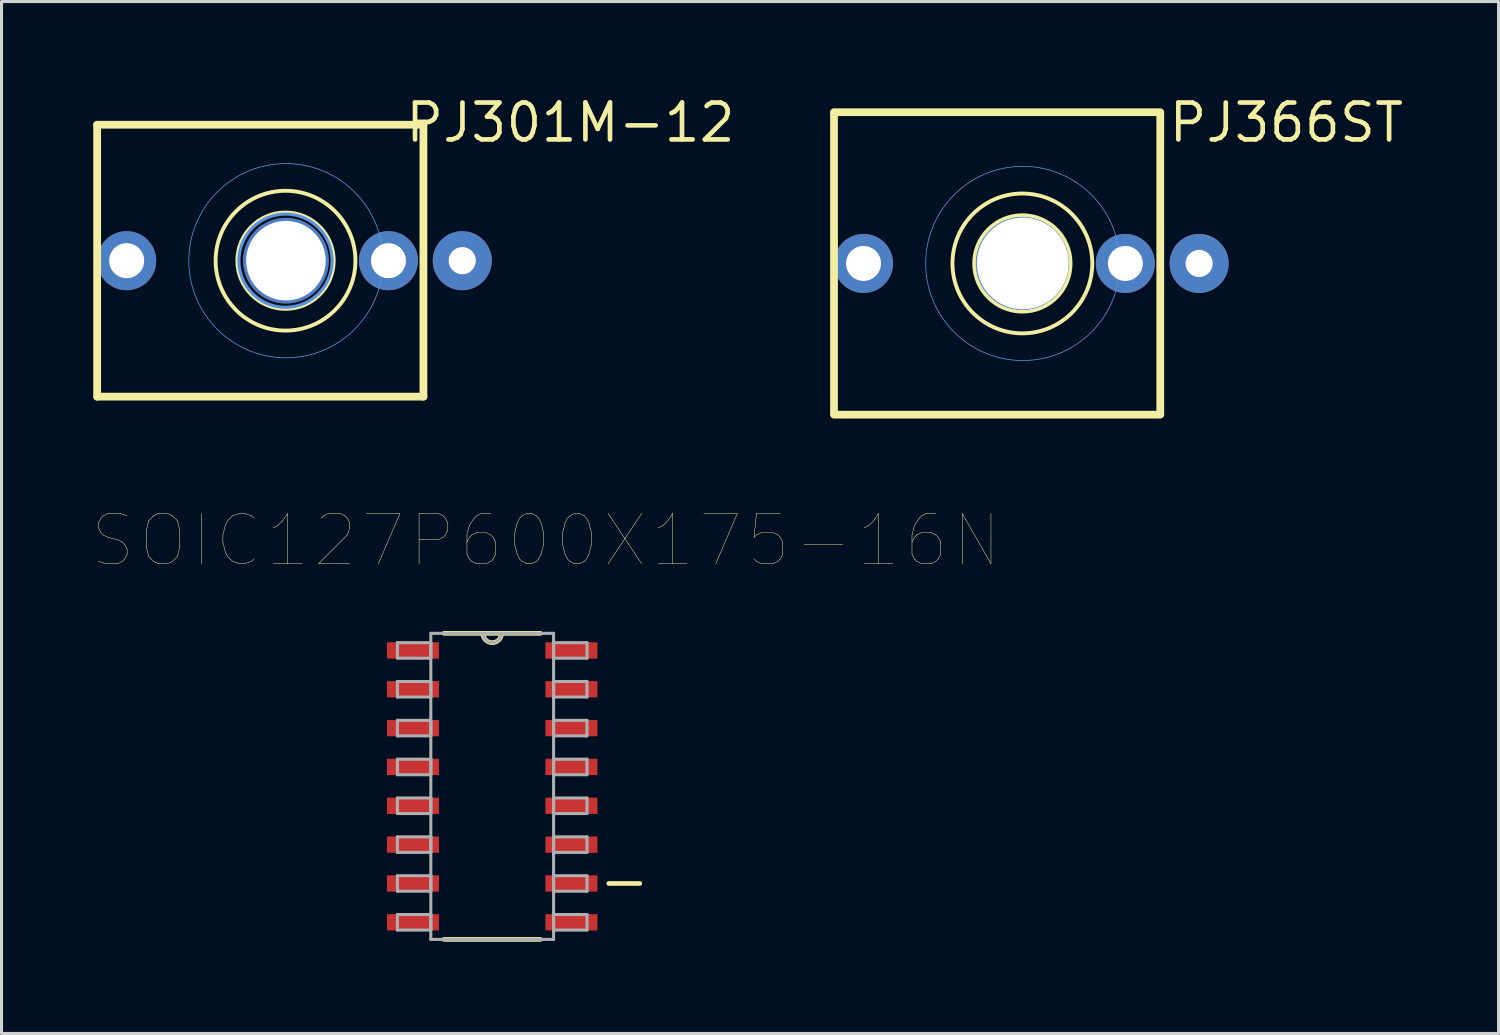
<source format=kicad_pcb>
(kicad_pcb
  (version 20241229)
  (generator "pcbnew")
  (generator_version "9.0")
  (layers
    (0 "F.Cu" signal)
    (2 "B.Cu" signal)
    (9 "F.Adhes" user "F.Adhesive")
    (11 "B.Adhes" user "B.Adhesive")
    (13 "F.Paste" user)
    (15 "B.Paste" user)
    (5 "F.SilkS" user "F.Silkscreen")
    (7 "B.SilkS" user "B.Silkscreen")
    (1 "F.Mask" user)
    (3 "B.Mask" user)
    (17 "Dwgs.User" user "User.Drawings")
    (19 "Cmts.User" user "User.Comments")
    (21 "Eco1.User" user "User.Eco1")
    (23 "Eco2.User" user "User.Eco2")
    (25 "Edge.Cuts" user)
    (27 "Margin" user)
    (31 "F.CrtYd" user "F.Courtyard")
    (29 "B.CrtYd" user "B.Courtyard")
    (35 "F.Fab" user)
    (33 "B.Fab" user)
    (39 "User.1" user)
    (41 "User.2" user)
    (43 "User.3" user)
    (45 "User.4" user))
  (footprint "SOIC127P600X175-16N"
    (layer "F.Cu")
    (at 13.044 22.663)
    (property "Reference" "SOIC127P600X175-16N" (at 1.756 -8.04 0) (layer "F.SilkS") (effects (font (size 1.643 1.643) (thickness 0.015))))
    (attr through_hole)
    (fp_line (start -1.575 5.004) (end 1.575 5.004) (stroke (width 0.152) (type solid)) (layer "F.SilkS"))
    (fp_line (start -0.305 -5.004) (end -1.575 -5.004) (stroke (width 0.152) (type solid)) (layer "F.SilkS"))
    (fp_line (start 0.305 -5.004) (end -0.305 -5.004) (stroke (width 0.152) (type solid)) (layer "F.SilkS"))
    (fp_line (start 1.575 -5.004) (end 0.305 -5.004) (stroke (width 0.152) (type solid)) (layer "F.SilkS"))
    (fp_line (start 3.81 3.175) (end 4.826 3.175) (stroke (width 0.152) (type solid)) (layer "F.SilkS"))
    (fp_arc (start 0.3048 -5.0038) (mid 0 -4.699) (end -0.3048 -5.0038) (stroke (width 0.1524) (type solid)) (layer "F.SilkS"))
    (fp_line (start -3.099 -4.699) (end -3.099 -4.191) (stroke (width 0.1) (type solid)) (layer "F.Fab"))
    (fp_line (start -3.099 -4.191) (end -2.007 -4.191) (stroke (width 0.1) (type solid)) (layer "F.Fab"))
    (fp_line (start -3.099 -3.429) (end -3.099 -2.921) (stroke (width 0.1) (type solid)) (layer "F.Fab"))
    (fp_line (start -3.099 -2.921) (end -2.007 -2.921) (stroke (width 0.1) (type solid)) (layer "F.Fab"))
    (fp_line (start -3.099 -2.159) (end -3.099 -1.651) (stroke (width 0.1) (type solid)) (layer "F.Fab"))
    (fp_line (start -3.099 -1.651) (end -2.007 -1.651) (stroke (width 0.1) (type solid)) (layer "F.Fab"))
    (fp_line (start -3.099 -0.889) (end -3.099 -0.381) (stroke (width 0.1) (type solid)) (layer "F.Fab"))
    (fp_line (start -3.099 -0.381) (end -2.007 -0.381) (stroke (width 0.1) (type solid)) (layer "F.Fab"))
    (fp_line (start -3.099 0.381) (end -3.099 0.889) (stroke (width 0.1) (type solid)) (layer "F.Fab"))
    (fp_line (start -3.099 0.889) (end -2.007 0.889) (stroke (width 0.1) (type solid)) (layer "F.Fab"))
    (fp_line (start -3.099 1.651) (end -3.099 2.159) (stroke (width 0.1) (type solid)) (layer "F.Fab"))
    (fp_line (start -3.099 2.159) (end -2.007 2.159) (stroke (width 0.1) (type solid)) (layer "F.Fab"))
    (fp_line (start -3.099 2.921) (end -3.099 3.429) (stroke (width 0.1) (type solid)) (layer "F.Fab"))
    (fp_line (start -3.099 3.429) (end -2.007 3.429) (stroke (width 0.1) (type solid)) (layer "F.Fab"))
    (fp_line (start -3.099 4.191) (end -3.099 4.699) (stroke (width 0.1) (type solid)) (layer "F.Fab"))
    (fp_line (start -3.099 4.699) (end -2.007 4.699) (stroke (width 0.1) (type solid)) (layer "F.Fab"))
    (fp_line (start -2.007 -5.004) (end -2.007 5.004) (stroke (width 0.1) (type solid)) (layer "F.Fab"))
    (fp_line (start -2.007 -4.699) (end -3.099 -4.699) (stroke (width 0.1) (type solid)) (layer "F.Fab"))
    (fp_line (start -2.007 -4.191) (end -2.007 -4.699) (stroke (width 0.1) (type solid)) (layer "F.Fab"))
    (fp_line (start -2.007 -3.429) (end -3.099 -3.429) (stroke (width 0.1) (type solid)) (layer "F.Fab"))
    (fp_line (start -2.007 -2.921) (end -2.007 -3.429) (stroke (width 0.1) (type solid)) (layer "F.Fab"))
    (fp_line (start -2.007 -2.159) (end -3.099 -2.159) (stroke (width 0.1) (type solid)) (layer "F.Fab"))
    (fp_line (start -2.007 -1.651) (end -2.007 -2.159) (stroke (width 0.1) (type solid)) (layer "F.Fab"))
    (fp_line (start -2.007 -0.889) (end -3.099 -0.889) (stroke (width 0.1) (type solid)) (layer "F.Fab"))
    (fp_line (start -2.007 -0.381) (end -2.007 -0.889) (stroke (width 0.1) (type solid)) (layer "F.Fab"))
    (fp_line (start -2.007 0.381) (end -3.099 0.381) (stroke (width 0.1) (type solid)) (layer "F.Fab"))
    (fp_line (start -2.007 0.889) (end -2.007 0.381) (stroke (width 0.1) (type solid)) (layer "F.Fab"))
    (fp_line (start -2.007 1.651) (end -3.099 1.651) (stroke (width 0.1) (type solid)) (layer "F.Fab"))
    (fp_line (start -2.007 2.159) (end -2.007 1.651) (stroke (width 0.1) (type solid)) (layer "F.Fab"))
    (fp_line (start -2.007 2.921) (end -3.099 2.921) (stroke (width 0.1) (type solid)) (layer "F.Fab"))
    (fp_line (start -2.007 3.429) (end -2.007 2.921) (stroke (width 0.1) (type solid)) (layer "F.Fab"))
    (fp_line (start -2.007 4.191) (end -3.099 4.191) (stroke (width 0.1) (type solid)) (layer "F.Fab"))
    (fp_line (start -2.007 4.699) (end -2.007 4.191) (stroke (width 0.1) (type solid)) (layer "F.Fab"))
    (fp_line (start -2.007 5.004) (end 2.007 5.004) (stroke (width 0.1) (type solid)) (layer "F.Fab"))
    (fp_line (start -0.305 -5.004) (end -2.007 -5.004) (stroke (width 0.1) (type solid)) (layer "F.Fab"))
    (fp_line (start 0.305 -5.004) (end -0.305 -5.004) (stroke (width 0.1) (type solid)) (layer "F.Fab"))
    (fp_line (start 2.007 -5.004) (end 0.305 -5.004) (stroke (width 0.1) (type solid)) (layer "F.Fab"))
    (fp_line (start 2.007 -4.699) (end 2.007 -4.191) (stroke (width 0.1) (type solid)) (layer "F.Fab"))
    (fp_line (start 2.007 -4.191) (end 3.099 -4.191) (stroke (width 0.1) (type solid)) (layer "F.Fab"))
    (fp_line (start 2.007 -3.429) (end 2.007 -2.921) (stroke (width 0.1) (type solid)) (layer "F.Fab"))
    (fp_line (start 2.007 -2.921) (end 3.099 -2.921) (stroke (width 0.1) (type solid)) (layer "F.Fab"))
    (fp_line (start 2.007 -2.159) (end 2.007 -1.651) (stroke (width 0.1) (type solid)) (layer "F.Fab"))
    (fp_line (start 2.007 -1.651) (end 3.099 -1.651) (stroke (width 0.1) (type solid)) (layer "F.Fab"))
    (fp_line (start 2.007 -0.889) (end 2.007 -0.381) (stroke (width 0.1) (type solid)) (layer "F.Fab"))
    (fp_line (start 2.007 -0.381) (end 3.099 -0.381) (stroke (width 0.1) (type solid)) (layer "F.Fab"))
    (fp_line (start 2.007 0.381) (end 2.007 0.889) (stroke (width 0.1) (type solid)) (layer "F.Fab"))
    (fp_line (start 2.007 0.889) (end 3.099 0.889) (stroke (width 0.1) (type solid)) (layer "F.Fab"))
    (fp_line (start 2.007 1.651) (end 2.007 2.159) (stroke (width 0.1) (type solid)) (layer "F.Fab"))
    (fp_line (start 2.007 2.159) (end 3.099 2.159) (stroke (width 0.1) (type solid)) (layer "F.Fab"))
    (fp_line (start 2.007 2.921) (end 2.007 3.429) (stroke (width 0.1) (type solid)) (layer "F.Fab"))
    (fp_line (start 2.007 3.429) (end 3.099 3.429) (stroke (width 0.1) (type solid)) (layer "F.Fab"))
    (fp_line (start 2.007 4.191) (end 2.007 4.699) (stroke (width 0.1) (type solid)) (layer "F.Fab"))
    (fp_line (start 2.007 4.699) (end 3.099 4.699) (stroke (width 0.1) (type solid)) (layer "F.Fab"))
    (fp_line (start 2.007 5.004) (end 2.007 -5.004) (stroke (width 0.1) (type solid)) (layer "F.Fab"))
    (fp_line (start 3.099 -4.699) (end 2.007 -4.699) (stroke (width 0.1) (type solid)) (layer "F.Fab"))
    (fp_line (start 3.099 -4.191) (end 3.099 -4.699) (stroke (width 0.1) (type solid)) (layer "F.Fab"))
    (fp_line (start 3.099 -3.429) (end 2.007 -3.429) (stroke (width 0.1) (type solid)) (layer "F.Fab"))
    (fp_line (start 3.099 -2.921) (end 3.099 -3.429) (stroke (width 0.1) (type solid)) (layer "F.Fab"))
    (fp_line (start 3.099 -2.159) (end 2.007 -2.159) (stroke (width 0.1) (type solid)) (layer "F.Fab"))
    (fp_line (start 3.099 -1.651) (end 3.099 -2.159) (stroke (width 0.1) (type solid)) (layer "F.Fab"))
    (fp_line (start 3.099 -0.889) (end 2.007 -0.889) (stroke (width 0.1) (type solid)) (layer "F.Fab"))
    (fp_line (start 3.099 -0.381) (end 3.099 -0.889) (stroke (width 0.1) (type solid)) (layer "F.Fab"))
    (fp_line (start 3.099 0.381) (end 2.007 0.381) (stroke (width 0.1) (type solid)) (layer "F.Fab"))
    (fp_line (start 3.099 0.889) (end 3.099 0.381) (stroke (width 0.1) (type solid)) (layer "F.Fab"))
    (fp_line (start 3.099 1.651) (end 2.007 1.651) (stroke (width 0.1) (type solid)) (layer "F.Fab"))
    (fp_line (start 3.099 2.159) (end 3.099 1.651) (stroke (width 0.1) (type solid)) (layer "F.Fab"))
    (fp_line (start 3.099 2.921) (end 2.007 2.921) (stroke (width 0.1) (type solid)) (layer "F.Fab"))
    (fp_line (start 3.099 3.429) (end 3.099 2.921) (stroke (width 0.1) (type solid)) (layer "F.Fab"))
    (fp_line (start 3.099 4.191) (end 2.007 4.191) (stroke (width 0.1) (type solid)) (layer "F.Fab"))
    (fp_line (start 3.099 4.699) (end 3.099 4.191) (stroke (width 0.1) (type solid)) (layer "F.Fab"))
    (fp_arc (start 0.3048 -5.0038) (mid 0 -4.699) (end -0.3048 -5.0038) (stroke (width 0.1) (type solid)) (layer "F.Fab"))
    (pad "1" smd rect (at -2.591 -4.445) (size 1.702 0.533) (layers "F.Cu" "F.Mask" "F.Paste"))
    (pad "2" smd rect (at -2.591 -3.175) (size 1.702 0.533) (layers "F.Cu" "F.Mask" "F.Paste"))
    (pad "3" smd rect (at -2.591 -1.905) (size 1.702 0.533) (layers "F.Cu" "F.Mask" "F.Paste"))
    (pad "4" smd rect (at -2.591 -0.635) (size 1.702 0.533) (layers "F.Cu" "F.Mask" "F.Paste"))
    (pad "5" smd rect (at -2.591 0.635) (size 1.702 0.533) (layers "F.Cu" "F.Mask" "F.Paste"))
    (pad "6" smd rect (at -2.591 1.905) (size 1.702 0.533) (layers "F.Cu" "F.Mask" "F.Paste"))
    (pad "7" smd rect (at -2.591 3.175) (size 1.702 0.533) (layers "F.Cu" "F.Mask" "F.Paste"))
    (pad "8" smd rect (at -2.591 4.445) (size 1.702 0.533) (layers "F.Cu" "F.Mask" "F.Paste"))
    (pad "9" smd rect (at 2.591 4.445) (size 1.702 0.533) (layers "F.Cu" "F.Mask" "F.Paste"))
    (pad "10" smd rect (at 2.591 3.175) (size 1.702 0.533) (layers "F.Cu" "F.Mask" "F.Paste"))
    (pad "11" smd rect (at 2.591 1.905) (size 1.702 0.533) (layers "F.Cu" "F.Mask" "F.Paste"))
    (pad "12" smd rect (at 2.591 0.635) (size 1.702 0.533) (layers "F.Cu" "F.Mask" "F.Paste"))
    (pad "13" smd rect (at 2.591 -0.635) (size 1.702 0.533) (layers "F.Cu" "F.Mask" "F.Paste"))
    (pad "14" smd rect (at 2.591 -1.905) (size 1.702 0.533) (layers "F.Cu" "F.Mask" "F.Paste"))
    (pad "15" smd rect (at 2.591 -3.175) (size 1.702 0.533) (layers "F.Cu" "F.Mask" "F.Paste"))
    (pad "16" smd rect (at 2.591 -4.445) (size 1.702 0.533) (layers "F.Cu" "F.Mask" "F.Paste")))
  (footprint "PJ366ST"
    (layer "F.Cu")
    (at 30.393 5.564)
    (property "Reference" "PJ366ST" (at 4.7 -3.9 0) (layer "F.SilkS") (effects (font (size 1.206 1.206) (thickness 0.152)) (justify left bottom)))
    (attr through_hole)
    (fp_line (start -6.172 -4.9) (end -6.172 4.9) (stroke (width 0.254) (type solid)) (layer "F.SilkS"))
    (fp_line (start -6.172 4.945) (end 4.496 4.945) (stroke (width 0.254) (type solid)) (layer "F.SilkS"))
    (fp_line (start 4.496 -4.945) (end -6.172 -4.945) (stroke (width 0.254) (type solid)) (layer "F.SilkS"))
    (fp_line (start 4.496 4.9) (end 4.496 -4.9) (stroke (width 0.254) (type solid)) (layer "F.SilkS"))
    (fp_circle (center -0.013 0) (end 1.562 0) (stroke (width 0.127) (type solid)) (fill no) (layer "F.SilkS"))
    (fp_circle (center -0.013 0) (end 2.273 0) (stroke (width 0.127) (type solid)) (fill no) (layer "F.SilkS"))
    (fp_circle (center -0.013 0) (end 1.511 0) (stroke (width 0) (type solid)) (fill yes) (layer "Cmts.User"))
    (fp_circle (center 0 0) (end 3.175 0) (stroke (width 0.025) (type solid)) (fill no) (layer "Cmts.User"))
    (pad "" np_thru_hole circle (at 0 0) (size 3 3) (drill 3) (layers "*.Cu" "*.Mask"))
    (pad "1" thru_hole circle (at 5.766 0) (size 1.93 1.93) (drill 0.889) (layers "*.Cu" "*.Mask"))
    (pad "2" thru_hole circle (at 3.353 0) (size 1.93 1.93) (drill 1.143) (layers "*.Cu" "*.Mask"))
    (pad "3" thru_hole circle (at -5.207 0) (size 1.93 1.93) (drill 1.143) (layers "*.Cu" "*.Mask")))
  (footprint "PJ301M-12"
    (layer "F.Cu")
    (at 6.299 5.474)
    (property "Reference" "PJ301M-12" (at 3.835 -3.81 0) (layer "F.SilkS") (effects (font (size 1.206 1.206) (thickness 0.152)) (justify left bottom)))
    (attr through_hole)
    (fp_line (start -6.172 -4.445) (end -6.172 4.445) (stroke (width 0.254) (type solid)) (layer "F.SilkS"))
    (fp_line (start -6.172 4.445) (end 4.496 4.445) (stroke (width 0.254) (type solid)) (layer "F.SilkS"))
    (fp_line (start 4.496 -4.445) (end -6.172 -4.445) (stroke (width 0.254) (type solid)) (layer "F.SilkS"))
    (fp_line (start 4.496 4.445) (end 4.496 -4.445) (stroke (width 0.254) (type solid)) (layer "F.SilkS"))
    (fp_circle (center -0.013 0) (end 1.562 0) (stroke (width 0.127) (type solid)) (fill no) (layer "F.SilkS"))
    (fp_circle (center -0.013 0) (end 2.273 0) (stroke (width 0.127) (type solid)) (fill no) (layer "F.SilkS"))
    (fp_circle (center -0.013 0) (end 1.511 0) (stroke (width 0.1) (type solid)) (fill no) (layer "Cmts.User"))
    (fp_circle (center 0 0) (end 3.175 0) (stroke (width 0.025) (type solid)) (fill no) (layer "Cmts.User"))
    (pad "" np_thru_hole circle (at 0 0) (size 2.8 2.8) (drill 2.6) (layers "*.Cu" "*.Mask"))
    (pad "S" thru_hole circle (at 5.766 0) (size 1.93 1.93) (drill 0.889) (layers "*.Cu" "*.Mask"))
    (pad "T" thru_hole circle (at -5.207 0) (size 1.93 1.93) (drill 1.143) (layers "*.Cu" "*.Mask"))
    (pad "TN" thru_hole circle (at 3.353 0) (size 1.93 1.93) (drill 1.143) (layers "*.Cu" "*.Mask")))
  (gr_rect
    (start -3 -3)
    (end 45.95 30.743)
    (stroke (width 0.1) (type default))
    (fill no)
    (layer "Edge.Cuts")))
</source>
